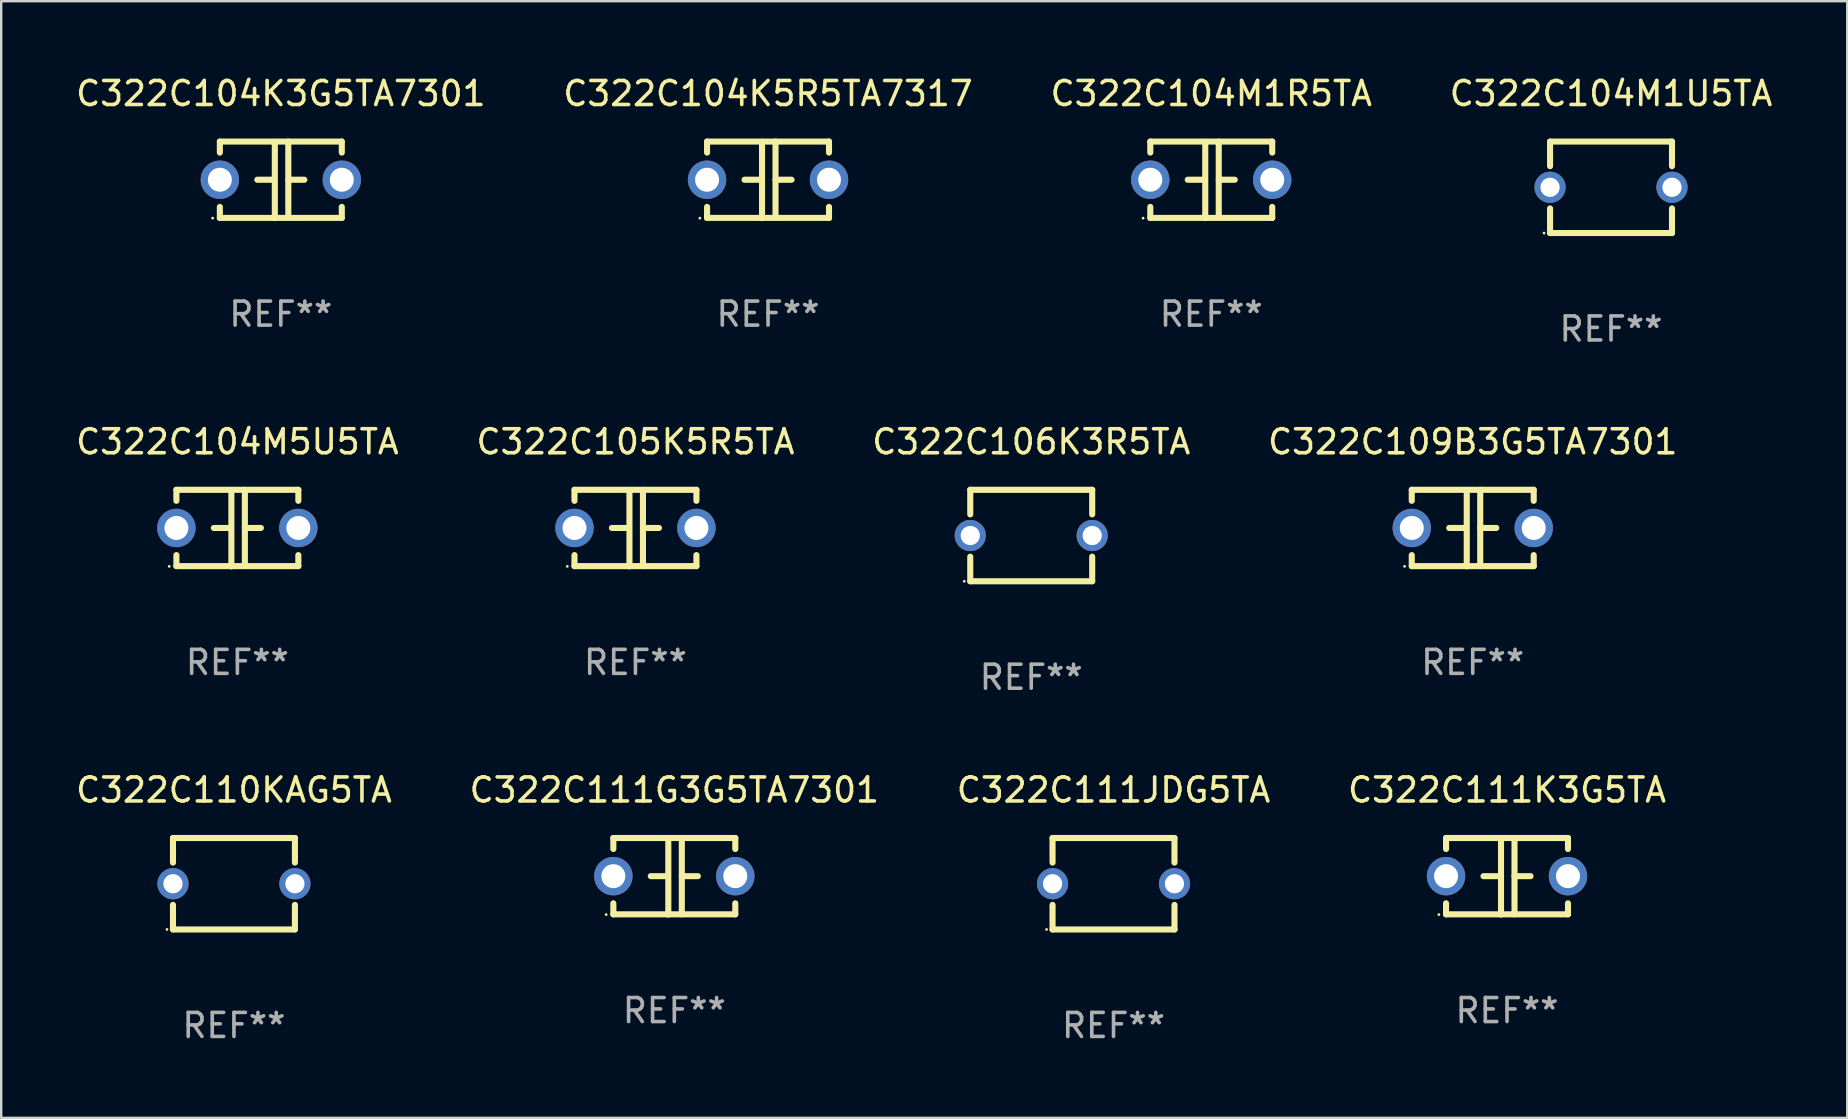
<source format=kicad_pcb>
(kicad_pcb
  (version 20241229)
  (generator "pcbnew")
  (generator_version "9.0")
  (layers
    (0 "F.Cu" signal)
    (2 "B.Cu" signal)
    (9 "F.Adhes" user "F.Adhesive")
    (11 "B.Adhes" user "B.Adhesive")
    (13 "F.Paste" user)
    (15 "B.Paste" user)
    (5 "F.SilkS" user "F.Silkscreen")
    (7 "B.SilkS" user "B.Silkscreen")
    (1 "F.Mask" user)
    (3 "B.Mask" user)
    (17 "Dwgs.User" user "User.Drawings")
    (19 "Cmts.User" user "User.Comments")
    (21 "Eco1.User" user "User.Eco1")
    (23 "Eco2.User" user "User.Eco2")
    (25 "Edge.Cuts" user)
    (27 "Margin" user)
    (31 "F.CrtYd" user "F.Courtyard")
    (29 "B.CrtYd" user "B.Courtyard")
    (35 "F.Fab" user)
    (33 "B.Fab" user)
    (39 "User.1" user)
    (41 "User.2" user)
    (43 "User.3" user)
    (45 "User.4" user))
  (footprint "C322C106K3R5TA"
    (layer "F.Cu")
    (at 39.911 19.26)
    (property "Reference" "C322C106K3R5TA" (at 0 -3.905 0) (layer "F.SilkS") (effects (font (size 1 1) (thickness 0.15))))
    (attr through_hole)
    (fp_line (start -2.54 -1.905) (end -2.54 -0.881) (stroke (width 0.254) (type solid)) (layer "F.SilkS"))
    (fp_line (start -2.54 0.881) (end -2.54 1.905) (stroke (width 0.254) (type solid)) (layer "F.SilkS"))
    (fp_line (start -2.54 1.905) (end 2.54 1.905) (stroke (width 0.254) (type solid)) (layer "F.SilkS"))
    (fp_line (start 2.54 -1.905) (end -2.54 -1.905) (stroke (width 0.254) (type solid)) (layer "F.SilkS"))
    (fp_line (start 2.54 -0.881) (end 2.54 -1.905) (stroke (width 0.254) (type solid)) (layer "F.SilkS"))
    (fp_line (start 2.54 1.905) (end 2.54 0.881) (stroke (width 0.254) (type solid)) (layer "F.SilkS"))
    (fp_circle (center -2.79 1.905) (end -2.76 1.905) (stroke (width 0.06) (type solid)) (fill no) (layer "F.SilkS"))
    (fp_text user "REF**" (at 0 5.905 0) (layer "F.Fab") (effects (font (size 1 1) (thickness 0.15))))
    (pad "1" thru_hole circle (at -2.54 0) (size 1.3 1.3) (drill 0.8) (layers "*.Cu" "*.Mask"))
    (pad "2" thru_hole circle (at 2.54 0) (size 1.3 1.3) (drill 0.8) (layers "*.Cu" "*.Mask")))
  (footprint "C322C111JDG5TA"
    (layer "F.Cu")
    (at 43.339 33.766)
    (property "Reference" "C322C111JDG5TA" (at 0 -3.905 0) (layer "F.SilkS") (effects (font (size 1 1) (thickness 0.15))))
    (attr through_hole)
    (fp_line (start -2.54 -1.905) (end -2.54 -0.881) (stroke (width 0.254) (type solid)) (layer "F.SilkS"))
    (fp_line (start -2.54 0.881) (end -2.54 1.905) (stroke (width 0.254) (type solid)) (layer "F.SilkS"))
    (fp_line (start -2.54 1.905) (end 2.54 1.905) (stroke (width 0.254) (type solid)) (layer "F.SilkS"))
    (fp_line (start 2.54 -1.905) (end -2.54 -1.905) (stroke (width 0.254) (type solid)) (layer "F.SilkS"))
    (fp_line (start 2.54 -0.881) (end 2.54 -1.905) (stroke (width 0.254) (type solid)) (layer "F.SilkS"))
    (fp_line (start 2.54 1.905) (end 2.54 0.881) (stroke (width 0.254) (type solid)) (layer "F.SilkS"))
    (fp_circle (center -2.79 1.905) (end -2.76 1.905) (stroke (width 0.06) (type solid)) (fill no) (layer "F.SilkS"))
    (fp_text user "REF**" (at 0 5.905 0) (layer "F.Fab") (effects (font (size 1 1) (thickness 0.15))))
    (pad "1" thru_hole circle (at -2.54 0) (size 1.3 1.3) (drill 0.8) (layers "*.Cu" "*.Mask"))
    (pad "2" thru_hole circle (at 2.54 0) (size 1.3 1.3) (drill 0.8) (layers "*.Cu" "*.Mask")))
  (footprint "C322C111G3G5TA7301"
    (layer "F.Cu")
    (at 25.042 33.456)
    (property "Reference" "C322C111G3G5TA7301" (at 0 -3.595 0) (layer "F.SilkS") (effects (font (size 1 1) (thickness 0.15))))
    (attr through_hole)
    (fp_line (start -2.54 -1.595) (end -2.54 -1.136) (stroke (width 0.254) (type solid)) (layer "F.SilkS"))
    (fp_line (start -2.54 -1.595) (end 2.54 -1.595) (stroke (width 0.254) (type solid)) (layer "F.SilkS"))
    (fp_line (start -2.54 1.126) (end -2.54 1.585) (stroke (width 0.254) (type solid)) (layer "F.SilkS"))
    (fp_line (start -0.312 -0.005) (end -0.98 -0.005) (stroke (width 0.254) (type solid)) (layer "F.SilkS"))
    (fp_line (start -0.25 -1.585) (end -0.25 1.595) (stroke (width 0.254) (type solid)) (layer "F.SilkS"))
    (fp_line (start 0.312 -1.595) (end 0.312 1.585) (stroke (width 0.254) (type solid)) (layer "F.SilkS"))
    (fp_line (start 0.312 -0.005) (end 0.98 -0.005) (stroke (width 0.254) (type solid)) (layer "F.SilkS"))
    (fp_line (start 2.54 -1.595) (end 2.54 -1.136) (stroke (width 0.254) (type solid)) (layer "F.SilkS"))
    (fp_line (start 2.54 1.126) (end 2.54 1.585) (stroke (width 0.254) (type solid)) (layer "F.SilkS"))
    (fp_line (start 2.54 1.585) (end -2.54 1.585) (stroke (width 0.254) (type solid)) (layer "F.SilkS"))
    (fp_circle (center -2.84 1.595) (end -2.81 1.595) (stroke (width 0.06) (type solid)) (fill no) (layer "F.SilkS"))
    (fp_text user "REF**" (at 0 5.595 0) (layer "F.Fab") (effects (font (size 1 1) (thickness 0.15))))
    (pad "1" thru_hole circle (at -2.54 -0.005) (size 1.6 1.6) (drill 1) (layers "*.Cu" "*.Mask"))
    (pad "2" thru_hole circle (at 2.54 -0.005) (size 1.6 1.6) (drill 1) (layers "*.Cu" "*.Mask")))
  (footprint "C322C104K5R5TA7317"
    (layer "F.Cu")
    (at 28.946 4.443)
    (property "Reference" "C322C104K5R5TA7317" (at 0 -3.595 0) (layer "F.SilkS") (effects (font (size 1 1) (thickness 0.15))))
    (attr through_hole)
    (fp_line (start -2.54 -1.595) (end -2.54 -1.136) (stroke (width 0.254) (type solid)) (layer "F.SilkS"))
    (fp_line (start -2.54 -1.595) (end 2.54 -1.595) (stroke (width 0.254) (type solid)) (layer "F.SilkS"))
    (fp_line (start -2.54 1.126) (end -2.54 1.585) (stroke (width 0.254) (type solid)) (layer "F.SilkS"))
    (fp_line (start -0.312 -0.005) (end -0.98 -0.005) (stroke (width 0.254) (type solid)) (layer "F.SilkS"))
    (fp_line (start -0.25 -1.585) (end -0.25 1.595) (stroke (width 0.254) (type solid)) (layer "F.SilkS"))
    (fp_line (start 0.312 -1.595) (end 0.312 1.585) (stroke (width 0.254) (type solid)) (layer "F.SilkS"))
    (fp_line (start 0.312 -0.005) (end 0.98 -0.005) (stroke (width 0.254) (type solid)) (layer "F.SilkS"))
    (fp_line (start 2.54 -1.595) (end 2.54 -1.136) (stroke (width 0.254) (type solid)) (layer "F.SilkS"))
    (fp_line (start 2.54 1.126) (end 2.54 1.585) (stroke (width 0.254) (type solid)) (layer "F.SilkS"))
    (fp_line (start 2.54 1.585) (end -2.54 1.585) (stroke (width 0.254) (type solid)) (layer "F.SilkS"))
    (fp_circle (center -2.84 1.595) (end -2.81 1.595) (stroke (width 0.06) (type solid)) (fill no) (layer "F.SilkS"))
    (fp_text user "REF**" (at 0 5.595 0) (layer "F.Fab") (effects (font (size 1 1) (thickness 0.15))))
    (pad "1" thru_hole circle (at -2.54 -0.005) (size 1.6 1.6) (drill 1) (layers "*.Cu" "*.Mask"))
    (pad "2" thru_hole circle (at 2.54 -0.005) (size 1.6 1.6) (drill 1) (layers "*.Cu" "*.Mask")))
  (footprint "C322C110KAG5TA"
    (layer "F.Cu")
    (at 6.696 33.766)
    (property "Reference" "C322C110KAG5TA" (at 0 -3.905 0) (layer "F.SilkS") (effects (font (size 1 1) (thickness 0.15))))
    (attr through_hole)
    (fp_line (start -2.54 -1.905) (end -2.54 -0.881) (stroke (width 0.254) (type solid)) (layer "F.SilkS"))
    (fp_line (start -2.54 0.881) (end -2.54 1.905) (stroke (width 0.254) (type solid)) (layer "F.SilkS"))
    (fp_line (start -2.54 1.905) (end 2.54 1.905) (stroke (width 0.254) (type solid)) (layer "F.SilkS"))
    (fp_line (start 2.54 -1.905) (end -2.54 -1.905) (stroke (width 0.254) (type solid)) (layer "F.SilkS"))
    (fp_line (start 2.54 -0.881) (end 2.54 -1.905) (stroke (width 0.254) (type solid)) (layer "F.SilkS"))
    (fp_line (start 2.54 1.905) (end 2.54 0.881) (stroke (width 0.254) (type solid)) (layer "F.SilkS"))
    (fp_circle (center -2.79 1.905) (end -2.76 1.905) (stroke (width 0.06) (type solid)) (fill no) (layer "F.SilkS"))
    (fp_text user "REF**" (at 0 5.905 0) (layer "F.Fab") (effects (font (size 1 1) (thickness 0.15))))
    (pad "1" thru_hole circle (at -2.54 0) (size 1.3 1.3) (drill 0.8) (layers "*.Cu" "*.Mask"))
    (pad "2" thru_hole circle (at 2.54 0) (size 1.3 1.3) (drill 0.8) (layers "*.Cu" "*.Mask")))
  (footprint "C322C105K5R5TA"
    (layer "F.Cu")
    (at 23.423 18.95)
    (property "Reference" "C322C105K5R5TA" (at 0 -3.595 0) (layer "F.SilkS") (effects (font (size 1 1) (thickness 0.15))))
    (attr through_hole)
    (fp_line (start -2.54 -1.595) (end -2.54 -1.136) (stroke (width 0.254) (type solid)) (layer "F.SilkS"))
    (fp_line (start -2.54 -1.595) (end 2.54 -1.595) (stroke (width 0.254) (type solid)) (layer "F.SilkS"))
    (fp_line (start -2.54 1.126) (end -2.54 1.585) (stroke (width 0.254) (type solid)) (layer "F.SilkS"))
    (fp_line (start -0.312 -0.005) (end -0.98 -0.005) (stroke (width 0.254) (type solid)) (layer "F.SilkS"))
    (fp_line (start -0.25 -1.585) (end -0.25 1.595) (stroke (width 0.254) (type solid)) (layer "F.SilkS"))
    (fp_line (start 0.312 -1.595) (end 0.312 1.585) (stroke (width 0.254) (type solid)) (layer "F.SilkS"))
    (fp_line (start 0.312 -0.005) (end 0.98 -0.005) (stroke (width 0.254) (type solid)) (layer "F.SilkS"))
    (fp_line (start 2.54 -1.595) (end 2.54 -1.136) (stroke (width 0.254) (type solid)) (layer "F.SilkS"))
    (fp_line (start 2.54 1.126) (end 2.54 1.585) (stroke (width 0.254) (type solid)) (layer "F.SilkS"))
    (fp_line (start 2.54 1.585) (end -2.54 1.585) (stroke (width 0.254) (type solid)) (layer "F.SilkS"))
    (fp_circle (center -2.84 1.595) (end -2.81 1.595) (stroke (width 0.06) (type solid)) (fill no) (layer "F.SilkS"))
    (fp_text user "REF**" (at 0 5.595 0) (layer "F.Fab") (effects (font (size 1 1) (thickness 0.15))))
    (pad "1" thru_hole circle (at -2.54 -0.005) (size 1.6 1.6) (drill 1) (layers "*.Cu" "*.Mask"))
    (pad "2" thru_hole circle (at 2.54 -0.005) (size 1.6 1.6) (drill 1) (layers "*.Cu" "*.Mask")))
  (footprint "C322C104M5U5TA"
    (layer "F.Cu")
    (at 6.839 18.95)
    (property "Reference" "C322C104M5U5TA" (at 0 -3.595 0) (layer "F.SilkS") (effects (font (size 1 1) (thickness 0.15))))
    (attr through_hole)
    (fp_line (start -2.54 -1.595) (end -2.54 -1.136) (stroke (width 0.254) (type solid)) (layer "F.SilkS"))
    (fp_line (start -2.54 -1.595) (end 2.54 -1.595) (stroke (width 0.254) (type solid)) (layer "F.SilkS"))
    (fp_line (start -2.54 1.126) (end -2.54 1.585) (stroke (width 0.254) (type solid)) (layer "F.SilkS"))
    (fp_line (start -0.312 -0.005) (end -0.98 -0.005) (stroke (width 0.254) (type solid)) (layer "F.SilkS"))
    (fp_line (start -0.25 -1.585) (end -0.25 1.595) (stroke (width 0.254) (type solid)) (layer "F.SilkS"))
    (fp_line (start 0.312 -1.595) (end 0.312 1.585) (stroke (width 0.254) (type solid)) (layer "F.SilkS"))
    (fp_line (start 0.312 -0.005) (end 0.98 -0.005) (stroke (width 0.254) (type solid)) (layer "F.SilkS"))
    (fp_line (start 2.54 -1.595) (end 2.54 -1.136) (stroke (width 0.254) (type solid)) (layer "F.SilkS"))
    (fp_line (start 2.54 1.126) (end 2.54 1.585) (stroke (width 0.254) (type solid)) (layer "F.SilkS"))
    (fp_line (start 2.54 1.585) (end -2.54 1.585) (stroke (width 0.254) (type solid)) (layer "F.SilkS"))
    (fp_circle (center -2.84 1.595) (end -2.81 1.595) (stroke (width 0.06) (type solid)) (fill no) (layer "F.SilkS"))
    (fp_text user "REF**" (at 0 5.595 0) (layer "F.Fab") (effects (font (size 1 1) (thickness 0.15))))
    (pad "1" thru_hole circle (at -2.54 -0.005) (size 1.6 1.6) (drill 1) (layers "*.Cu" "*.Mask"))
    (pad "2" thru_hole circle (at 2.54 -0.005) (size 1.6 1.6) (drill 1) (layers "*.Cu" "*.Mask")))
  (footprint "C322C104M1U5TA"
    (layer "F.Cu")
    (at 64.065 4.753)
    (property "Reference" "C322C104M1U5TA" (at 0 -3.905 0) (layer "F.SilkS") (effects (font (size 1 1) (thickness 0.15))))
    (attr through_hole)
    (fp_line (start -2.54 -1.905) (end -2.54 -0.881) (stroke (width 0.254) (type solid)) (layer "F.SilkS"))
    (fp_line (start -2.54 0.881) (end -2.54 1.905) (stroke (width 0.254) (type solid)) (layer "F.SilkS"))
    (fp_line (start -2.54 1.905) (end 2.54 1.905) (stroke (width 0.254) (type solid)) (layer "F.SilkS"))
    (fp_line (start 2.54 -1.905) (end -2.54 -1.905) (stroke (width 0.254) (type solid)) (layer "F.SilkS"))
    (fp_line (start 2.54 -0.881) (end 2.54 -1.905) (stroke (width 0.254) (type solid)) (layer "F.SilkS"))
    (fp_line (start 2.54 1.905) (end 2.54 0.881) (stroke (width 0.254) (type solid)) (layer "F.SilkS"))
    (fp_circle (center -2.79 1.905) (end -2.76 1.905) (stroke (width 0.06) (type solid)) (fill no) (layer "F.SilkS"))
    (fp_text user "REF**" (at 0 5.905 0) (layer "F.Fab") (effects (font (size 1 1) (thickness 0.15))))
    (pad "1" thru_hole circle (at -2.54 0) (size 1.3 1.3) (drill 0.8) (layers "*.Cu" "*.Mask"))
    (pad "2" thru_hole circle (at 2.54 0) (size 1.3 1.3) (drill 0.8) (layers "*.Cu" "*.Mask")))
  (footprint "C322C104M1R5TA"
    (layer "F.Cu")
    (at 47.411 4.443)
    (property "Reference" "C322C104M1R5TA" (at 0 -3.595 0) (layer "F.SilkS") (effects (font (size 1 1) (thickness 0.15))))
    (attr through_hole)
    (fp_line (start -2.54 -1.595) (end -2.54 -1.136) (stroke (width 0.254) (type solid)) (layer "F.SilkS"))
    (fp_line (start -2.54 -1.595) (end 2.54 -1.595) (stroke (width 0.254) (type solid)) (layer "F.SilkS"))
    (fp_line (start -2.54 1.126) (end -2.54 1.585) (stroke (width 0.254) (type solid)) (layer "F.SilkS"))
    (fp_line (start -0.312 -0.005) (end -0.98 -0.005) (stroke (width 0.254) (type solid)) (layer "F.SilkS"))
    (fp_line (start -0.25 -1.585) (end -0.25 1.595) (stroke (width 0.254) (type solid)) (layer "F.SilkS"))
    (fp_line (start 0.312 -1.595) (end 0.312 1.585) (stroke (width 0.254) (type solid)) (layer "F.SilkS"))
    (fp_line (start 0.312 -0.005) (end 0.98 -0.005) (stroke (width 0.254) (type solid)) (layer "F.SilkS"))
    (fp_line (start 2.54 -1.595) (end 2.54 -1.136) (stroke (width 0.254) (type solid)) (layer "F.SilkS"))
    (fp_line (start 2.54 1.126) (end 2.54 1.585) (stroke (width 0.254) (type solid)) (layer "F.SilkS"))
    (fp_line (start 2.54 1.585) (end -2.54 1.585) (stroke (width 0.254) (type solid)) (layer "F.SilkS"))
    (fp_circle (center -2.84 1.595) (end -2.81 1.595) (stroke (width 0.06) (type solid)) (fill no) (layer "F.SilkS"))
    (fp_text user "REF**" (at 0 5.595 0) (layer "F.Fab") (effects (font (size 1 1) (thickness 0.15))))
    (pad "1" thru_hole circle (at -2.54 -0.005) (size 1.6 1.6) (drill 1) (layers "*.Cu" "*.Mask"))
    (pad "2" thru_hole circle (at 2.54 -0.005) (size 1.6 1.6) (drill 1) (layers "*.Cu" "*.Mask")))
  (footprint "C322C111K3G5TA"
    (layer "F.Cu")
    (at 59.732 33.456)
    (property "Reference" "C322C111K3G5TA" (at 0 -3.595 0) (layer "F.SilkS") (effects (font (size 1 1) (thickness 0.15))))
    (attr through_hole)
    (fp_line (start -2.54 -1.595) (end -2.54 -1.136) (stroke (width 0.254) (type solid)) (layer "F.SilkS"))
    (fp_line (start -2.54 -1.595) (end 2.54 -1.595) (stroke (width 0.254) (type solid)) (layer "F.SilkS"))
    (fp_line (start -2.54 1.126) (end -2.54 1.585) (stroke (width 0.254) (type solid)) (layer "F.SilkS"))
    (fp_line (start -0.312 -0.005) (end -0.98 -0.005) (stroke (width 0.254) (type solid)) (layer "F.SilkS"))
    (fp_line (start -0.25 -1.585) (end -0.25 1.595) (stroke (width 0.254) (type solid)) (layer "F.SilkS"))
    (fp_line (start 0.312 -1.595) (end 0.312 1.585) (stroke (width 0.254) (type solid)) (layer "F.SilkS"))
    (fp_line (start 0.312 -0.005) (end 0.98 -0.005) (stroke (width 0.254) (type solid)) (layer "F.SilkS"))
    (fp_line (start 2.54 -1.595) (end 2.54 -1.136) (stroke (width 0.254) (type solid)) (layer "F.SilkS"))
    (fp_line (start 2.54 1.126) (end 2.54 1.585) (stroke (width 0.254) (type solid)) (layer "F.SilkS"))
    (fp_line (start 2.54 1.585) (end -2.54 1.585) (stroke (width 0.254) (type solid)) (layer "F.SilkS"))
    (fp_circle (center -2.84 1.595) (end -2.81 1.595) (stroke (width 0.06) (type solid)) (fill no) (layer "F.SilkS"))
    (fp_text user "REF**" (at 0 5.595 0) (layer "F.Fab") (effects (font (size 1 1) (thickness 0.15))))
    (pad "1" thru_hole circle (at -2.54 -0.005) (size 1.6 1.6) (drill 1) (layers "*.Cu" "*.Mask"))
    (pad "2" thru_hole circle (at 2.54 -0.005) (size 1.6 1.6) (drill 1) (layers "*.Cu" "*.Mask")))
  (footprint "C322C104K3G5TA7301"
    (layer "F.Cu")
    (at 8.649 4.443)
    (property "Reference" "C322C104K3G5TA7301" (at 0 -3.595 0) (layer "F.SilkS") (effects (font (size 1 1) (thickness 0.15))))
    (attr through_hole)
    (fp_line (start -2.54 -1.595) (end -2.54 -1.136) (stroke (width 0.254) (type solid)) (layer "F.SilkS"))
    (fp_line (start -2.54 -1.595) (end 2.54 -1.595) (stroke (width 0.254) (type solid)) (layer "F.SilkS"))
    (fp_line (start -2.54 1.126) (end -2.54 1.585) (stroke (width 0.254) (type solid)) (layer "F.SilkS"))
    (fp_line (start -0.312 -0.005) (end -0.98 -0.005) (stroke (width 0.254) (type solid)) (layer "F.SilkS"))
    (fp_line (start -0.25 -1.585) (end -0.25 1.595) (stroke (width 0.254) (type solid)) (layer "F.SilkS"))
    (fp_line (start 0.312 -1.595) (end 0.312 1.585) (stroke (width 0.254) (type solid)) (layer "F.SilkS"))
    (fp_line (start 0.312 -0.005) (end 0.98 -0.005) (stroke (width 0.254) (type solid)) (layer "F.SilkS"))
    (fp_line (start 2.54 -1.595) (end 2.54 -1.136) (stroke (width 0.254) (type solid)) (layer "F.SilkS"))
    (fp_line (start 2.54 1.126) (end 2.54 1.585) (stroke (width 0.254) (type solid)) (layer "F.SilkS"))
    (fp_line (start 2.54 1.585) (end -2.54 1.585) (stroke (width 0.254) (type solid)) (layer "F.SilkS"))
    (fp_circle (center -2.84 1.595) (end -2.81 1.595) (stroke (width 0.06) (type solid)) (fill no) (layer "F.SilkS"))
    (fp_text user "REF**" (at 0 5.595 0) (layer "F.Fab") (effects (font (size 1 1) (thickness 0.15))))
    (pad "1" thru_hole circle (at -2.54 -0.005) (size 1.6 1.6) (drill 1) (layers "*.Cu" "*.Mask"))
    (pad "2" thru_hole circle (at 2.54 -0.005) (size 1.6 1.6) (drill 1) (layers "*.Cu" "*.Mask")))
  (footprint "C322C109B3G5TA7301"
    (layer "F.Cu")
    (at 58.304 18.95)
    (property "Reference" "C322C109B3G5TA7301" (at 0 -3.595 0) (layer "F.SilkS") (effects (font (size 1 1) (thickness 0.15))))
    (attr through_hole)
    (fp_line (start -2.54 -1.595) (end -2.54 -1.136) (stroke (width 0.254) (type solid)) (layer "F.SilkS"))
    (fp_line (start -2.54 -1.595) (end 2.54 -1.595) (stroke (width 0.254) (type solid)) (layer "F.SilkS"))
    (fp_line (start -2.54 1.126) (end -2.54 1.585) (stroke (width 0.254) (type solid)) (layer "F.SilkS"))
    (fp_line (start -0.312 -0.005) (end -0.98 -0.005) (stroke (width 0.254) (type solid)) (layer "F.SilkS"))
    (fp_line (start -0.25 -1.585) (end -0.25 1.595) (stroke (width 0.254) (type solid)) (layer "F.SilkS"))
    (fp_line (start 0.312 -1.595) (end 0.312 1.585) (stroke (width 0.254) (type solid)) (layer "F.SilkS"))
    (fp_line (start 0.312 -0.005) (end 0.98 -0.005) (stroke (width 0.254) (type solid)) (layer "F.SilkS"))
    (fp_line (start 2.54 -1.595) (end 2.54 -1.136) (stroke (width 0.254) (type solid)) (layer "F.SilkS"))
    (fp_line (start 2.54 1.126) (end 2.54 1.585) (stroke (width 0.254) (type solid)) (layer "F.SilkS"))
    (fp_line (start 2.54 1.585) (end -2.54 1.585) (stroke (width 0.254) (type solid)) (layer "F.SilkS"))
    (fp_circle (center -2.84 1.595) (end -2.81 1.595) (stroke (width 0.06) (type solid)) (fill no) (layer "F.SilkS"))
    (fp_text user "REF**" (at 0 5.595 0) (layer "F.Fab") (effects (font (size 1 1) (thickness 0.15))))
    (pad "1" thru_hole circle (at -2.54 -0.005) (size 1.6 1.6) (drill 1) (layers "*.Cu" "*.Mask"))
    (pad "2" thru_hole circle (at 2.54 -0.005) (size 1.6 1.6) (drill 1) (layers "*.Cu" "*.Mask")))
  (gr_rect
    (start -3 -3)
    (end 73.905 43.52)
    (stroke (width 0.1) (type default))
    (fill no)
    (layer "Edge.Cuts")))
</source>
